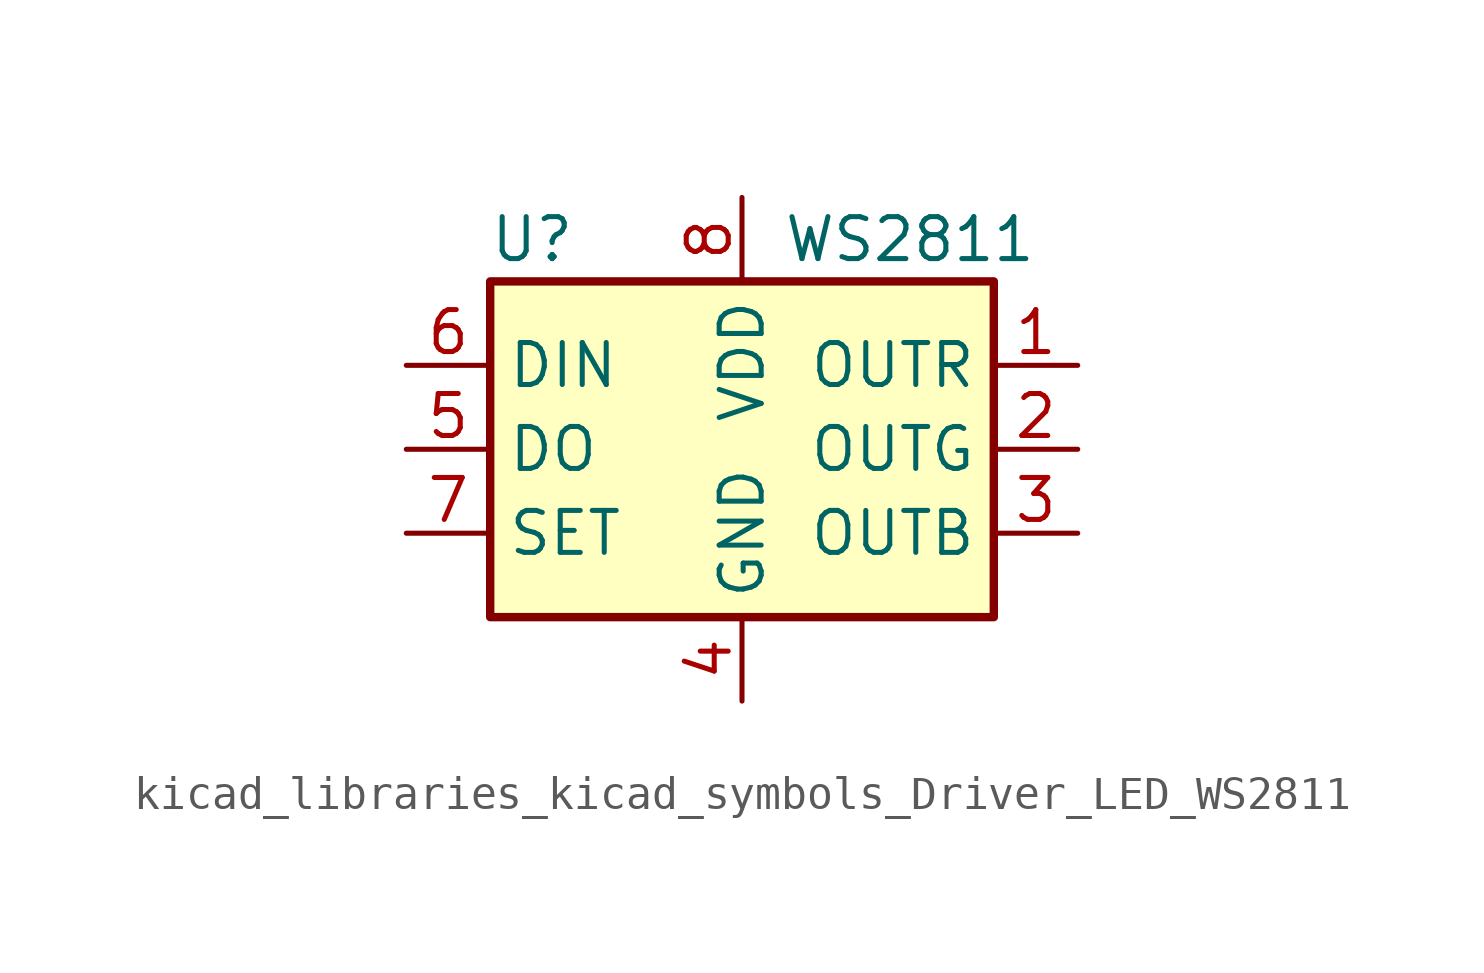
<source format=kicad_sym>
(kicad_symbol_lib
  (version 20220914)
  (generator kicad_symbol_editor)
  (symbol "kicad_libraries_kicad_symbols_Driver_LED_WS2811"
    (property "Reference" "U"
      (at -6.35 6.35 0)
      (effects (font (size 1.27 1.27))))
    (property "Value" "WS2811"
      (at 5.08 6.35 0)
      (effects (font (size 1.27 1.27))))
    (symbol "kicad_libraries_kicad_symbols_Driver_LED_WS2811_0_1"
      (rectangle (start -7.62 5.08) (end 7.62 -5.08) (stroke (width 0.254) (type default)) (fill (type background))))
    (symbol "kicad_libraries_kicad_symbols_Driver_LED_WS2811_1_1"
      (pin output line (at 10.16 2.54 180) (length 2.54) (name "OUTR" (effects (font (size 1.27 1.27)))) (number "1" (effects (font (size 1.27 1.27)))))
      (pin output line (at 10.16 0 180) (length 2.54) (name "OUTG" (effects (font (size 1.27 1.27)))) (number "2" (effects (font (size 1.27 1.27)))))
      (pin output line (at 10.16 -2.54 180) (length 2.54) (name "OUTB" (effects (font (size 1.27 1.27)))) (number "3" (effects (font (size 1.27 1.27)))))
      (pin power_in line (at 0 -7.62 90) (length 2.54) (name "GND" (effects (font (size 1.27 1.27)))) (number "4" (effects (font (size 1.27 1.27)))))
      (pin output line (at -10.16 0 0) (length 2.54) (name "DO" (effects (font (size 1.27 1.27)))) (number "5" (effects (font (size 1.27 1.27)))))
      (pin input line (at -10.16 2.54 0) (length 2.54) (name "DIN" (effects (font (size 1.27 1.27)))) (number "6" (effects (font (size 1.27 1.27)))))
      (pin input line (at -10.16 -2.54 0) (length 2.54) (name "SET" (effects (font (size 1.27 1.27)))) (number "7" (effects (font (size 1.27 1.27)))))
      (pin power_in line (at 0 7.62 270) (length 2.54) (name "VDD" (effects (font (size 1.27 1.27)))) (number "8" (effects (font (size 1.27 1.27))))))))
</source>
